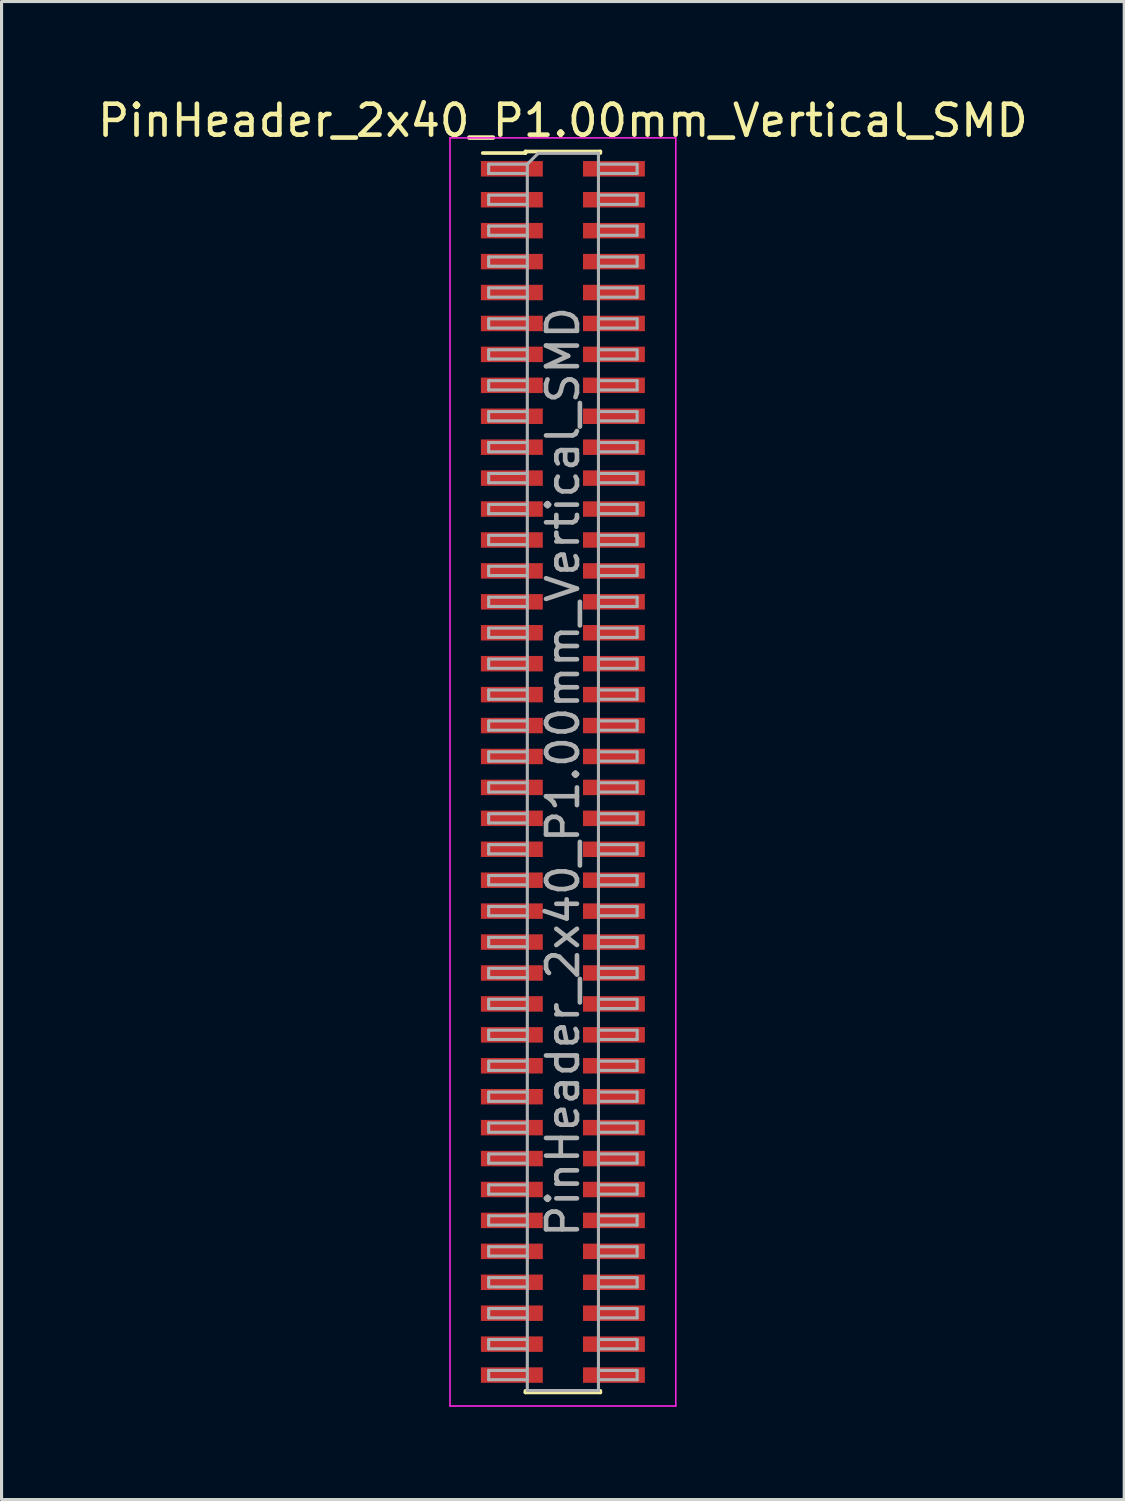
<source format=kicad_pcb>
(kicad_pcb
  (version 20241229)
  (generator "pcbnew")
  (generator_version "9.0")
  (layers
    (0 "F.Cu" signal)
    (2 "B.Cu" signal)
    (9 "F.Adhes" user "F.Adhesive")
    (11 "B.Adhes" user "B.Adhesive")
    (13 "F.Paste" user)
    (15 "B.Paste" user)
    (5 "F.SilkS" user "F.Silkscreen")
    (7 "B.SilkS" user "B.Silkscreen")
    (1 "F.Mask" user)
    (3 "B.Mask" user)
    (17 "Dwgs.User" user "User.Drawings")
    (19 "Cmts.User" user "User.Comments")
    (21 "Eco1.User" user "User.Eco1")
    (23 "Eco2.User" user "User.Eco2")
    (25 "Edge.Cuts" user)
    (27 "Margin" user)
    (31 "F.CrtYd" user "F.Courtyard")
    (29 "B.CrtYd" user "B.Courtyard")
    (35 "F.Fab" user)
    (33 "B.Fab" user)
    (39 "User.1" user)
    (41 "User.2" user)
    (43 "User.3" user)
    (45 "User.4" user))
  (footprint "PinHeader_2x40_P1.00mm_Vertical_SMD"
    (layer "F.Cu")
    (at 15.149 21.908)
    (property "Reference" "PinHeader_2x40_P1.00mm_Vertical_SMD" (at 0 -21.06 0) (layer "F.SilkS") (effects (font (size 1 1) (thickness 0.15))))
    (attr smd)
    (fp_line (start -2.59 -20.01) (end -1.21 -20.01) (stroke (width 0.12) (type solid)) (layer "F.SilkS"))
    (fp_line (start -1.21 -20.06) (end -1.21 -20.01) (stroke (width 0.12) (type solid)) (layer "F.SilkS"))
    (fp_line (start -1.21 -20.06) (end 1.21 -20.06) (stroke (width 0.12) (type solid)) (layer "F.SilkS"))
    (fp_line (start -1.21 20.01) (end -1.21 20.06) (stroke (width 0.12) (type solid)) (layer "F.SilkS"))
    (fp_line (start -1.21 20.06) (end 1.21 20.06) (stroke (width 0.12) (type solid)) (layer "F.SilkS"))
    (fp_line (start 1.21 -20.06) (end 1.21 -20.01) (stroke (width 0.12) (type solid)) (layer "F.SilkS"))
    (fp_line (start 1.21 20.01) (end 1.21 20.06) (stroke (width 0.12) (type solid)) (layer "F.SilkS"))
    (fp_line (start -3.65 -20.5) (end -3.65 20.5) (stroke (width 0.05) (type solid)) (layer "F.CrtYd"))
    (fp_line (start -3.65 20.5) (end 3.65 20.5) (stroke (width 0.05) (type solid)) (layer "F.CrtYd"))
    (fp_line (start 3.65 -20.5) (end -3.65 -20.5) (stroke (width 0.05) (type solid)) (layer "F.CrtYd"))
    (fp_line (start 3.65 20.5) (end 3.65 -20.5) (stroke (width 0.05) (type solid)) (layer "F.CrtYd"))
    (fp_line (start -2.4 -19.65) (end -2.4 -19.35) (stroke (width 0.1) (type solid)) (layer "F.Fab"))
    (fp_line (start -2.4 -19.35) (end -1.15 -19.35) (stroke (width 0.1) (type solid)) (layer "F.Fab"))
    (fp_line (start -2.4 -18.65) (end -2.4 -18.35) (stroke (width 0.1) (type solid)) (layer "F.Fab"))
    (fp_line (start -2.4 -18.35) (end -1.15 -18.35) (stroke (width 0.1) (type solid)) (layer "F.Fab"))
    (fp_line (start -2.4 -17.65) (end -2.4 -17.35) (stroke (width 0.1) (type solid)) (layer "F.Fab"))
    (fp_line (start -2.4 -17.35) (end -1.15 -17.35) (stroke (width 0.1) (type solid)) (layer "F.Fab"))
    (fp_line (start -2.4 -16.65) (end -2.4 -16.35) (stroke (width 0.1) (type solid)) (layer "F.Fab"))
    (fp_line (start -2.4 -16.35) (end -1.15 -16.35) (stroke (width 0.1) (type solid)) (layer "F.Fab"))
    (fp_line (start -2.4 -15.65) (end -2.4 -15.35) (stroke (width 0.1) (type solid)) (layer "F.Fab"))
    (fp_line (start -2.4 -15.35) (end -1.15 -15.35) (stroke (width 0.1) (type solid)) (layer "F.Fab"))
    (fp_line (start -2.4 -14.65) (end -2.4 -14.35) (stroke (width 0.1) (type solid)) (layer "F.Fab"))
    (fp_line (start -2.4 -14.35) (end -1.15 -14.35) (stroke (width 0.1) (type solid)) (layer "F.Fab"))
    (fp_line (start -2.4 -13.65) (end -2.4 -13.35) (stroke (width 0.1) (type solid)) (layer "F.Fab"))
    (fp_line (start -2.4 -13.35) (end -1.15 -13.35) (stroke (width 0.1) (type solid)) (layer "F.Fab"))
    (fp_line (start -2.4 -12.65) (end -2.4 -12.35) (stroke (width 0.1) (type solid)) (layer "F.Fab"))
    (fp_line (start -2.4 -12.35) (end -1.15 -12.35) (stroke (width 0.1) (type solid)) (layer "F.Fab"))
    (fp_line (start -2.4 -11.65) (end -2.4 -11.35) (stroke (width 0.1) (type solid)) (layer "F.Fab"))
    (fp_line (start -2.4 -11.35) (end -1.15 -11.35) (stroke (width 0.1) (type solid)) (layer "F.Fab"))
    (fp_line (start -2.4 -10.65) (end -2.4 -10.35) (stroke (width 0.1) (type solid)) (layer "F.Fab"))
    (fp_line (start -2.4 -10.35) (end -1.15 -10.35) (stroke (width 0.1) (type solid)) (layer "F.Fab"))
    (fp_line (start -2.4 -9.65) (end -2.4 -9.35) (stroke (width 0.1) (type solid)) (layer "F.Fab"))
    (fp_line (start -2.4 -9.35) (end -1.15 -9.35) (stroke (width 0.1) (type solid)) (layer "F.Fab"))
    (fp_line (start -2.4 -8.65) (end -2.4 -8.35) (stroke (width 0.1) (type solid)) (layer "F.Fab"))
    (fp_line (start -2.4 -8.35) (end -1.15 -8.35) (stroke (width 0.1) (type solid)) (layer "F.Fab"))
    (fp_line (start -2.4 -7.65) (end -2.4 -7.35) (stroke (width 0.1) (type solid)) (layer "F.Fab"))
    (fp_line (start -2.4 -7.35) (end -1.15 -7.35) (stroke (width 0.1) (type solid)) (layer "F.Fab"))
    (fp_line (start -2.4 -6.65) (end -2.4 -6.35) (stroke (width 0.1) (type solid)) (layer "F.Fab"))
    (fp_line (start -2.4 -6.35) (end -1.15 -6.35) (stroke (width 0.1) (type solid)) (layer "F.Fab"))
    (fp_line (start -2.4 -5.65) (end -2.4 -5.35) (stroke (width 0.1) (type solid)) (layer "F.Fab"))
    (fp_line (start -2.4 -5.35) (end -1.15 -5.35) (stroke (width 0.1) (type solid)) (layer "F.Fab"))
    (fp_line (start -2.4 -4.65) (end -2.4 -4.35) (stroke (width 0.1) (type solid)) (layer "F.Fab"))
    (fp_line (start -2.4 -4.35) (end -1.15 -4.35) (stroke (width 0.1) (type solid)) (layer "F.Fab"))
    (fp_line (start -2.4 -3.65) (end -2.4 -3.35) (stroke (width 0.1) (type solid)) (layer "F.Fab"))
    (fp_line (start -2.4 -3.35) (end -1.15 -3.35) (stroke (width 0.1) (type solid)) (layer "F.Fab"))
    (fp_line (start -2.4 -2.65) (end -2.4 -2.35) (stroke (width 0.1) (type solid)) (layer "F.Fab"))
    (fp_line (start -2.4 -2.35) (end -1.15 -2.35) (stroke (width 0.1) (type solid)) (layer "F.Fab"))
    (fp_line (start -2.4 -1.65) (end -2.4 -1.35) (stroke (width 0.1) (type solid)) (layer "F.Fab"))
    (fp_line (start -2.4 -1.35) (end -1.15 -1.35) (stroke (width 0.1) (type solid)) (layer "F.Fab"))
    (fp_line (start -2.4 -0.65) (end -2.4 -0.35) (stroke (width 0.1) (type solid)) (layer "F.Fab"))
    (fp_line (start -2.4 -0.35) (end -1.15 -0.35) (stroke (width 0.1) (type solid)) (layer "F.Fab"))
    (fp_line (start -2.4 0.35) (end -2.4 0.65) (stroke (width 0.1) (type solid)) (layer "F.Fab"))
    (fp_line (start -2.4 0.65) (end -1.15 0.65) (stroke (width 0.1) (type solid)) (layer "F.Fab"))
    (fp_line (start -2.4 1.35) (end -2.4 1.65) (stroke (width 0.1) (type solid)) (layer "F.Fab"))
    (fp_line (start -2.4 1.65) (end -1.15 1.65) (stroke (width 0.1) (type solid)) (layer "F.Fab"))
    (fp_line (start -2.4 2.35) (end -2.4 2.65) (stroke (width 0.1) (type solid)) (layer "F.Fab"))
    (fp_line (start -2.4 2.65) (end -1.15 2.65) (stroke (width 0.1) (type solid)) (layer "F.Fab"))
    (fp_line (start -2.4 3.35) (end -2.4 3.65) (stroke (width 0.1) (type solid)) (layer "F.Fab"))
    (fp_line (start -2.4 3.65) (end -1.15 3.65) (stroke (width 0.1) (type solid)) (layer "F.Fab"))
    (fp_line (start -2.4 4.35) (end -2.4 4.65) (stroke (width 0.1) (type solid)) (layer "F.Fab"))
    (fp_line (start -2.4 4.65) (end -1.15 4.65) (stroke (width 0.1) (type solid)) (layer "F.Fab"))
    (fp_line (start -2.4 5.35) (end -2.4 5.65) (stroke (width 0.1) (type solid)) (layer "F.Fab"))
    (fp_line (start -2.4 5.65) (end -1.15 5.65) (stroke (width 0.1) (type solid)) (layer "F.Fab"))
    (fp_line (start -2.4 6.35) (end -2.4 6.65) (stroke (width 0.1) (type solid)) (layer "F.Fab"))
    (fp_line (start -2.4 6.65) (end -1.15 6.65) (stroke (width 0.1) (type solid)) (layer "F.Fab"))
    (fp_line (start -2.4 7.35) (end -2.4 7.65) (stroke (width 0.1) (type solid)) (layer "F.Fab"))
    (fp_line (start -2.4 7.65) (end -1.15 7.65) (stroke (width 0.1) (type solid)) (layer "F.Fab"))
    (fp_line (start -2.4 8.35) (end -2.4 8.65) (stroke (width 0.1) (type solid)) (layer "F.Fab"))
    (fp_line (start -2.4 8.65) (end -1.15 8.65) (stroke (width 0.1) (type solid)) (layer "F.Fab"))
    (fp_line (start -2.4 9.35) (end -2.4 9.65) (stroke (width 0.1) (type solid)) (layer "F.Fab"))
    (fp_line (start -2.4 9.65) (end -1.15 9.65) (stroke (width 0.1) (type solid)) (layer "F.Fab"))
    (fp_line (start -2.4 10.35) (end -2.4 10.65) (stroke (width 0.1) (type solid)) (layer "F.Fab"))
    (fp_line (start -2.4 10.65) (end -1.15 10.65) (stroke (width 0.1) (type solid)) (layer "F.Fab"))
    (fp_line (start -2.4 11.35) (end -2.4 11.65) (stroke (width 0.1) (type solid)) (layer "F.Fab"))
    (fp_line (start -2.4 11.65) (end -1.15 11.65) (stroke (width 0.1) (type solid)) (layer "F.Fab"))
    (fp_line (start -2.4 12.35) (end -2.4 12.65) (stroke (width 0.1) (type solid)) (layer "F.Fab"))
    (fp_line (start -2.4 12.65) (end -1.15 12.65) (stroke (width 0.1) (type solid)) (layer "F.Fab"))
    (fp_line (start -2.4 13.35) (end -2.4 13.65) (stroke (width 0.1) (type solid)) (layer "F.Fab"))
    (fp_line (start -2.4 13.65) (end -1.15 13.65) (stroke (width 0.1) (type solid)) (layer "F.Fab"))
    (fp_line (start -2.4 14.35) (end -2.4 14.65) (stroke (width 0.1) (type solid)) (layer "F.Fab"))
    (fp_line (start -2.4 14.65) (end -1.15 14.65) (stroke (width 0.1) (type solid)) (layer "F.Fab"))
    (fp_line (start -2.4 15.35) (end -2.4 15.65) (stroke (width 0.1) (type solid)) (layer "F.Fab"))
    (fp_line (start -2.4 15.65) (end -1.15 15.65) (stroke (width 0.1) (type solid)) (layer "F.Fab"))
    (fp_line (start -2.4 16.35) (end -2.4 16.65) (stroke (width 0.1) (type solid)) (layer "F.Fab"))
    (fp_line (start -2.4 16.65) (end -1.15 16.65) (stroke (width 0.1) (type solid)) (layer "F.Fab"))
    (fp_line (start -2.4 17.35) (end -2.4 17.65) (stroke (width 0.1) (type solid)) (layer "F.Fab"))
    (fp_line (start -2.4 17.65) (end -1.15 17.65) (stroke (width 0.1) (type solid)) (layer "F.Fab"))
    (fp_line (start -2.4 18.35) (end -2.4 18.65) (stroke (width 0.1) (type solid)) (layer "F.Fab"))
    (fp_line (start -2.4 18.65) (end -1.15 18.65) (stroke (width 0.1) (type solid)) (layer "F.Fab"))
    (fp_line (start -2.4 19.35) (end -2.4 19.65) (stroke (width 0.1) (type solid)) (layer "F.Fab"))
    (fp_line (start -2.4 19.65) (end -1.15 19.65) (stroke (width 0.1) (type solid)) (layer "F.Fab"))
    (fp_line (start -1.15 -19.65) (end -2.4 -19.65) (stroke (width 0.1) (type solid)) (layer "F.Fab"))
    (fp_line (start -1.15 -19.65) (end -0.8 -20) (stroke (width 0.1) (type solid)) (layer "F.Fab"))
    (fp_line (start -1.15 -18.65) (end -2.4 -18.65) (stroke (width 0.1) (type solid)) (layer "F.Fab"))
    (fp_line (start -1.15 -17.65) (end -2.4 -17.65) (stroke (width 0.1) (type solid)) (layer "F.Fab"))
    (fp_line (start -1.15 -16.65) (end -2.4 -16.65) (stroke (width 0.1) (type solid)) (layer "F.Fab"))
    (fp_line (start -1.15 -15.65) (end -2.4 -15.65) (stroke (width 0.1) (type solid)) (layer "F.Fab"))
    (fp_line (start -1.15 -14.65) (end -2.4 -14.65) (stroke (width 0.1) (type solid)) (layer "F.Fab"))
    (fp_line (start -1.15 -13.65) (end -2.4 -13.65) (stroke (width 0.1) (type solid)) (layer "F.Fab"))
    (fp_line (start -1.15 -12.65) (end -2.4 -12.65) (stroke (width 0.1) (type solid)) (layer "F.Fab"))
    (fp_line (start -1.15 -11.65) (end -2.4 -11.65) (stroke (width 0.1) (type solid)) (layer "F.Fab"))
    (fp_line (start -1.15 -10.65) (end -2.4 -10.65) (stroke (width 0.1) (type solid)) (layer "F.Fab"))
    (fp_line (start -1.15 -9.65) (end -2.4 -9.65) (stroke (width 0.1) (type solid)) (layer "F.Fab"))
    (fp_line (start -1.15 -8.65) (end -2.4 -8.65) (stroke (width 0.1) (type solid)) (layer "F.Fab"))
    (fp_line (start -1.15 -7.65) (end -2.4 -7.65) (stroke (width 0.1) (type solid)) (layer "F.Fab"))
    (fp_line (start -1.15 -6.65) (end -2.4 -6.65) (stroke (width 0.1) (type solid)) (layer "F.Fab"))
    (fp_line (start -1.15 -5.65) (end -2.4 -5.65) (stroke (width 0.1) (type solid)) (layer "F.Fab"))
    (fp_line (start -1.15 -4.65) (end -2.4 -4.65) (stroke (width 0.1) (type solid)) (layer "F.Fab"))
    (fp_line (start -1.15 -3.65) (end -2.4 -3.65) (stroke (width 0.1) (type solid)) (layer "F.Fab"))
    (fp_line (start -1.15 -2.65) (end -2.4 -2.65) (stroke (width 0.1) (type solid)) (layer "F.Fab"))
    (fp_line (start -1.15 -1.65) (end -2.4 -1.65) (stroke (width 0.1) (type solid)) (layer "F.Fab"))
    (fp_line (start -1.15 -0.65) (end -2.4 -0.65) (stroke (width 0.1) (type solid)) (layer "F.Fab"))
    (fp_line (start -1.15 0.35) (end -2.4 0.35) (stroke (width 0.1) (type solid)) (layer "F.Fab"))
    (fp_line (start -1.15 1.35) (end -2.4 1.35) (stroke (width 0.1) (type solid)) (layer "F.Fab"))
    (fp_line (start -1.15 2.35) (end -2.4 2.35) (stroke (width 0.1) (type solid)) (layer "F.Fab"))
    (fp_line (start -1.15 3.35) (end -2.4 3.35) (stroke (width 0.1) (type solid)) (layer "F.Fab"))
    (fp_line (start -1.15 4.35) (end -2.4 4.35) (stroke (width 0.1) (type solid)) (layer "F.Fab"))
    (fp_line (start -1.15 5.35) (end -2.4 5.35) (stroke (width 0.1) (type solid)) (layer "F.Fab"))
    (fp_line (start -1.15 6.35) (end -2.4 6.35) (stroke (width 0.1) (type solid)) (layer "F.Fab"))
    (fp_line (start -1.15 7.35) (end -2.4 7.35) (stroke (width 0.1) (type solid)) (layer "F.Fab"))
    (fp_line (start -1.15 8.35) (end -2.4 8.35) (stroke (width 0.1) (type solid)) (layer "F.Fab"))
    (fp_line (start -1.15 9.35) (end -2.4 9.35) (stroke (width 0.1) (type solid)) (layer "F.Fab"))
    (fp_line (start -1.15 10.35) (end -2.4 10.35) (stroke (width 0.1) (type solid)) (layer "F.Fab"))
    (fp_line (start -1.15 11.35) (end -2.4 11.35) (stroke (width 0.1) (type solid)) (layer "F.Fab"))
    (fp_line (start -1.15 12.35) (end -2.4 12.35) (stroke (width 0.1) (type solid)) (layer "F.Fab"))
    (fp_line (start -1.15 13.35) (end -2.4 13.35) (stroke (width 0.1) (type solid)) (layer "F.Fab"))
    (fp_line (start -1.15 14.35) (end -2.4 14.35) (stroke (width 0.1) (type solid)) (layer "F.Fab"))
    (fp_line (start -1.15 15.35) (end -2.4 15.35) (stroke (width 0.1) (type solid)) (layer "F.Fab"))
    (fp_line (start -1.15 16.35) (end -2.4 16.35) (stroke (width 0.1) (type solid)) (layer "F.Fab"))
    (fp_line (start -1.15 17.35) (end -2.4 17.35) (stroke (width 0.1) (type solid)) (layer "F.Fab"))
    (fp_line (start -1.15 18.35) (end -2.4 18.35) (stroke (width 0.1) (type solid)) (layer "F.Fab"))
    (fp_line (start -1.15 19.35) (end -2.4 19.35) (stroke (width 0.1) (type solid)) (layer "F.Fab"))
    (fp_line (start -1.15 20) (end -1.15 -19.65) (stroke (width 0.1) (type solid)) (layer "F.Fab"))
    (fp_line (start -0.8 -20) (end 1.15 -20) (stroke (width 0.1) (type solid)) (layer "F.Fab"))
    (fp_line (start 1.15 -20) (end 1.15 20) (stroke (width 0.1) (type solid)) (layer "F.Fab"))
    (fp_line (start 1.15 -19.65) (end 2.4 -19.65) (stroke (width 0.1) (type solid)) (layer "F.Fab"))
    (fp_line (start 1.15 -18.65) (end 2.4 -18.65) (stroke (width 0.1) (type solid)) (layer "F.Fab"))
    (fp_line (start 1.15 -17.65) (end 2.4 -17.65) (stroke (width 0.1) (type solid)) (layer "F.Fab"))
    (fp_line (start 1.15 -16.65) (end 2.4 -16.65) (stroke (width 0.1) (type solid)) (layer "F.Fab"))
    (fp_line (start 1.15 -15.65) (end 2.4 -15.65) (stroke (width 0.1) (type solid)) (layer "F.Fab"))
    (fp_line (start 1.15 -14.65) (end 2.4 -14.65) (stroke (width 0.1) (type solid)) (layer "F.Fab"))
    (fp_line (start 1.15 -13.65) (end 2.4 -13.65) (stroke (width 0.1) (type solid)) (layer "F.Fab"))
    (fp_line (start 1.15 -12.65) (end 2.4 -12.65) (stroke (width 0.1) (type solid)) (layer "F.Fab"))
    (fp_line (start 1.15 -11.65) (end 2.4 -11.65) (stroke (width 0.1) (type solid)) (layer "F.Fab"))
    (fp_line (start 1.15 -10.65) (end 2.4 -10.65) (stroke (width 0.1) (type solid)) (layer "F.Fab"))
    (fp_line (start 1.15 -9.65) (end 2.4 -9.65) (stroke (width 0.1) (type solid)) (layer "F.Fab"))
    (fp_line (start 1.15 -8.65) (end 2.4 -8.65) (stroke (width 0.1) (type solid)) (layer "F.Fab"))
    (fp_line (start 1.15 -7.65) (end 2.4 -7.65) (stroke (width 0.1) (type solid)) (layer "F.Fab"))
    (fp_line (start 1.15 -6.65) (end 2.4 -6.65) (stroke (width 0.1) (type solid)) (layer "F.Fab"))
    (fp_line (start 1.15 -5.65) (end 2.4 -5.65) (stroke (width 0.1) (type solid)) (layer "F.Fab"))
    (fp_line (start 1.15 -4.65) (end 2.4 -4.65) (stroke (width 0.1) (type solid)) (layer "F.Fab"))
    (fp_line (start 1.15 -3.65) (end 2.4 -3.65) (stroke (width 0.1) (type solid)) (layer "F.Fab"))
    (fp_line (start 1.15 -2.65) (end 2.4 -2.65) (stroke (width 0.1) (type solid)) (layer "F.Fab"))
    (fp_line (start 1.15 -1.65) (end 2.4 -1.65) (stroke (width 0.1) (type solid)) (layer "F.Fab"))
    (fp_line (start 1.15 -0.65) (end 2.4 -0.65) (stroke (width 0.1) (type solid)) (layer "F.Fab"))
    (fp_line (start 1.15 0.35) (end 2.4 0.35) (stroke (width 0.1) (type solid)) (layer "F.Fab"))
    (fp_line (start 1.15 1.35) (end 2.4 1.35) (stroke (width 0.1) (type solid)) (layer "F.Fab"))
    (fp_line (start 1.15 2.35) (end 2.4 2.35) (stroke (width 0.1) (type solid)) (layer "F.Fab"))
    (fp_line (start 1.15 3.35) (end 2.4 3.35) (stroke (width 0.1) (type solid)) (layer "F.Fab"))
    (fp_line (start 1.15 4.35) (end 2.4 4.35) (stroke (width 0.1) (type solid)) (layer "F.Fab"))
    (fp_line (start 1.15 5.35) (end 2.4 5.35) (stroke (width 0.1) (type solid)) (layer "F.Fab"))
    (fp_line (start 1.15 6.35) (end 2.4 6.35) (stroke (width 0.1) (type solid)) (layer "F.Fab"))
    (fp_line (start 1.15 7.35) (end 2.4 7.35) (stroke (width 0.1) (type solid)) (layer "F.Fab"))
    (fp_line (start 1.15 8.35) (end 2.4 8.35) (stroke (width 0.1) (type solid)) (layer "F.Fab"))
    (fp_line (start 1.15 9.35) (end 2.4 9.35) (stroke (width 0.1) (type solid)) (layer "F.Fab"))
    (fp_line (start 1.15 10.35) (end 2.4 10.35) (stroke (width 0.1) (type solid)) (layer "F.Fab"))
    (fp_line (start 1.15 11.35) (end 2.4 11.35) (stroke (width 0.1) (type solid)) (layer "F.Fab"))
    (fp_line (start 1.15 12.35) (end 2.4 12.35) (stroke (width 0.1) (type solid)) (layer "F.Fab"))
    (fp_line (start 1.15 13.35) (end 2.4 13.35) (stroke (width 0.1) (type solid)) (layer "F.Fab"))
    (fp_line (start 1.15 14.35) (end 2.4 14.35) (stroke (width 0.1) (type solid)) (layer "F.Fab"))
    (fp_line (start 1.15 15.35) (end 2.4 15.35) (stroke (width 0.1) (type solid)) (layer "F.Fab"))
    (fp_line (start 1.15 16.35) (end 2.4 16.35) (stroke (width 0.1) (type solid)) (layer "F.Fab"))
    (fp_line (start 1.15 17.35) (end 2.4 17.35) (stroke (width 0.1) (type solid)) (layer "F.Fab"))
    (fp_line (start 1.15 18.35) (end 2.4 18.35) (stroke (width 0.1) (type solid)) (layer "F.Fab"))
    (fp_line (start 1.15 19.35) (end 2.4 19.35) (stroke (width 0.1) (type solid)) (layer "F.Fab"))
    (fp_line (start 1.15 20) (end -1.15 20) (stroke (width 0.1) (type solid)) (layer "F.Fab"))
    (fp_line (start 2.4 -19.65) (end 2.4 -19.35) (stroke (width 0.1) (type solid)) (layer "F.Fab"))
    (fp_line (start 2.4 -19.35) (end 1.15 -19.35) (stroke (width 0.1) (type solid)) (layer "F.Fab"))
    (fp_line (start 2.4 -18.65) (end 2.4 -18.35) (stroke (width 0.1) (type solid)) (layer "F.Fab"))
    (fp_line (start 2.4 -18.35) (end 1.15 -18.35) (stroke (width 0.1) (type solid)) (layer "F.Fab"))
    (fp_line (start 2.4 -17.65) (end 2.4 -17.35) (stroke (width 0.1) (type solid)) (layer "F.Fab"))
    (fp_line (start 2.4 -17.35) (end 1.15 -17.35) (stroke (width 0.1) (type solid)) (layer "F.Fab"))
    (fp_line (start 2.4 -16.65) (end 2.4 -16.35) (stroke (width 0.1) (type solid)) (layer "F.Fab"))
    (fp_line (start 2.4 -16.35) (end 1.15 -16.35) (stroke (width 0.1) (type solid)) (layer "F.Fab"))
    (fp_line (start 2.4 -15.65) (end 2.4 -15.35) (stroke (width 0.1) (type solid)) (layer "F.Fab"))
    (fp_line (start 2.4 -15.35) (end 1.15 -15.35) (stroke (width 0.1) (type solid)) (layer "F.Fab"))
    (fp_line (start 2.4 -14.65) (end 2.4 -14.35) (stroke (width 0.1) (type solid)) (layer "F.Fab"))
    (fp_line (start 2.4 -14.35) (end 1.15 -14.35) (stroke (width 0.1) (type solid)) (layer "F.Fab"))
    (fp_line (start 2.4 -13.65) (end 2.4 -13.35) (stroke (width 0.1) (type solid)) (layer "F.Fab"))
    (fp_line (start 2.4 -13.35) (end 1.15 -13.35) (stroke (width 0.1) (type solid)) (layer "F.Fab"))
    (fp_line (start 2.4 -12.65) (end 2.4 -12.35) (stroke (width 0.1) (type solid)) (layer "F.Fab"))
    (fp_line (start 2.4 -12.35) (end 1.15 -12.35) (stroke (width 0.1) (type solid)) (layer "F.Fab"))
    (fp_line (start 2.4 -11.65) (end 2.4 -11.35) (stroke (width 0.1) (type solid)) (layer "F.Fab"))
    (fp_line (start 2.4 -11.35) (end 1.15 -11.35) (stroke (width 0.1) (type solid)) (layer "F.Fab"))
    (fp_line (start 2.4 -10.65) (end 2.4 -10.35) (stroke (width 0.1) (type solid)) (layer "F.Fab"))
    (fp_line (start 2.4 -10.35) (end 1.15 -10.35) (stroke (width 0.1) (type solid)) (layer "F.Fab"))
    (fp_line (start 2.4 -9.65) (end 2.4 -9.35) (stroke (width 0.1) (type solid)) (layer "F.Fab"))
    (fp_line (start 2.4 -9.35) (end 1.15 -9.35) (stroke (width 0.1) (type solid)) (layer "F.Fab"))
    (fp_line (start 2.4 -8.65) (end 2.4 -8.35) (stroke (width 0.1) (type solid)) (layer "F.Fab"))
    (fp_line (start 2.4 -8.35) (end 1.15 -8.35) (stroke (width 0.1) (type solid)) (layer "F.Fab"))
    (fp_line (start 2.4 -7.65) (end 2.4 -7.35) (stroke (width 0.1) (type solid)) (layer "F.Fab"))
    (fp_line (start 2.4 -7.35) (end 1.15 -7.35) (stroke (width 0.1) (type solid)) (layer "F.Fab"))
    (fp_line (start 2.4 -6.65) (end 2.4 -6.35) (stroke (width 0.1) (type solid)) (layer "F.Fab"))
    (fp_line (start 2.4 -6.35) (end 1.15 -6.35) (stroke (width 0.1) (type solid)) (layer "F.Fab"))
    (fp_line (start 2.4 -5.65) (end 2.4 -5.35) (stroke (width 0.1) (type solid)) (layer "F.Fab"))
    (fp_line (start 2.4 -5.35) (end 1.15 -5.35) (stroke (width 0.1) (type solid)) (layer "F.Fab"))
    (fp_line (start 2.4 -4.65) (end 2.4 -4.35) (stroke (width 0.1) (type solid)) (layer "F.Fab"))
    (fp_line (start 2.4 -4.35) (end 1.15 -4.35) (stroke (width 0.1) (type solid)) (layer "F.Fab"))
    (fp_line (start 2.4 -3.65) (end 2.4 -3.35) (stroke (width 0.1) (type solid)) (layer "F.Fab"))
    (fp_line (start 2.4 -3.35) (end 1.15 -3.35) (stroke (width 0.1) (type solid)) (layer "F.Fab"))
    (fp_line (start 2.4 -2.65) (end 2.4 -2.35) (stroke (width 0.1) (type solid)) (layer "F.Fab"))
    (fp_line (start 2.4 -2.35) (end 1.15 -2.35) (stroke (width 0.1) (type solid)) (layer "F.Fab"))
    (fp_line (start 2.4 -1.65) (end 2.4 -1.35) (stroke (width 0.1) (type solid)) (layer "F.Fab"))
    (fp_line (start 2.4 -1.35) (end 1.15 -1.35) (stroke (width 0.1) (type solid)) (layer "F.Fab"))
    (fp_line (start 2.4 -0.65) (end 2.4 -0.35) (stroke (width 0.1) (type solid)) (layer "F.Fab"))
    (fp_line (start 2.4 -0.35) (end 1.15 -0.35) (stroke (width 0.1) (type solid)) (layer "F.Fab"))
    (fp_line (start 2.4 0.35) (end 2.4 0.65) (stroke (width 0.1) (type solid)) (layer "F.Fab"))
    (fp_line (start 2.4 0.65) (end 1.15 0.65) (stroke (width 0.1) (type solid)) (layer "F.Fab"))
    (fp_line (start 2.4 1.35) (end 2.4 1.65) (stroke (width 0.1) (type solid)) (layer "F.Fab"))
    (fp_line (start 2.4 1.65) (end 1.15 1.65) (stroke (width 0.1) (type solid)) (layer "F.Fab"))
    (fp_line (start 2.4 2.35) (end 2.4 2.65) (stroke (width 0.1) (type solid)) (layer "F.Fab"))
    (fp_line (start 2.4 2.65) (end 1.15 2.65) (stroke (width 0.1) (type solid)) (layer "F.Fab"))
    (fp_line (start 2.4 3.35) (end 2.4 3.65) (stroke (width 0.1) (type solid)) (layer "F.Fab"))
    (fp_line (start 2.4 3.65) (end 1.15 3.65) (stroke (width 0.1) (type solid)) (layer "F.Fab"))
    (fp_line (start 2.4 4.35) (end 2.4 4.65) (stroke (width 0.1) (type solid)) (layer "F.Fab"))
    (fp_line (start 2.4 4.65) (end 1.15 4.65) (stroke (width 0.1) (type solid)) (layer "F.Fab"))
    (fp_line (start 2.4 5.35) (end 2.4 5.65) (stroke (width 0.1) (type solid)) (layer "F.Fab"))
    (fp_line (start 2.4 5.65) (end 1.15 5.65) (stroke (width 0.1) (type solid)) (layer "F.Fab"))
    (fp_line (start 2.4 6.35) (end 2.4 6.65) (stroke (width 0.1) (type solid)) (layer "F.Fab"))
    (fp_line (start 2.4 6.65) (end 1.15 6.65) (stroke (width 0.1) (type solid)) (layer "F.Fab"))
    (fp_line (start 2.4 7.35) (end 2.4 7.65) (stroke (width 0.1) (type solid)) (layer "F.Fab"))
    (fp_line (start 2.4 7.65) (end 1.15 7.65) (stroke (width 0.1) (type solid)) (layer "F.Fab"))
    (fp_line (start 2.4 8.35) (end 2.4 8.65) (stroke (width 0.1) (type solid)) (layer "F.Fab"))
    (fp_line (start 2.4 8.65) (end 1.15 8.65) (stroke (width 0.1) (type solid)) (layer "F.Fab"))
    (fp_line (start 2.4 9.35) (end 2.4 9.65) (stroke (width 0.1) (type solid)) (layer "F.Fab"))
    (fp_line (start 2.4 9.65) (end 1.15 9.65) (stroke (width 0.1) (type solid)) (layer "F.Fab"))
    (fp_line (start 2.4 10.35) (end 2.4 10.65) (stroke (width 0.1) (type solid)) (layer "F.Fab"))
    (fp_line (start 2.4 10.65) (end 1.15 10.65) (stroke (width 0.1) (type solid)) (layer "F.Fab"))
    (fp_line (start 2.4 11.35) (end 2.4 11.65) (stroke (width 0.1) (type solid)) (layer "F.Fab"))
    (fp_line (start 2.4 11.65) (end 1.15 11.65) (stroke (width 0.1) (type solid)) (layer "F.Fab"))
    (fp_line (start 2.4 12.35) (end 2.4 12.65) (stroke (width 0.1) (type solid)) (layer "F.Fab"))
    (fp_line (start 2.4 12.65) (end 1.15 12.65) (stroke (width 0.1) (type solid)) (layer "F.Fab"))
    (fp_line (start 2.4 13.35) (end 2.4 13.65) (stroke (width 0.1) (type solid)) (layer "F.Fab"))
    (fp_line (start 2.4 13.65) (end 1.15 13.65) (stroke (width 0.1) (type solid)) (layer "F.Fab"))
    (fp_line (start 2.4 14.35) (end 2.4 14.65) (stroke (width 0.1) (type solid)) (layer "F.Fab"))
    (fp_line (start 2.4 14.65) (end 1.15 14.65) (stroke (width 0.1) (type solid)) (layer "F.Fab"))
    (fp_line (start 2.4 15.35) (end 2.4 15.65) (stroke (width 0.1) (type solid)) (layer "F.Fab"))
    (fp_line (start 2.4 15.65) (end 1.15 15.65) (stroke (width 0.1) (type solid)) (layer "F.Fab"))
    (fp_line (start 2.4 16.35) (end 2.4 16.65) (stroke (width 0.1) (type solid)) (layer "F.Fab"))
    (fp_line (start 2.4 16.65) (end 1.15 16.65) (stroke (width 0.1) (type solid)) (layer "F.Fab"))
    (fp_line (start 2.4 17.35) (end 2.4 17.65) (stroke (width 0.1) (type solid)) (layer "F.Fab"))
    (fp_line (start 2.4 17.65) (end 1.15 17.65) (stroke (width 0.1) (type solid)) (layer "F.Fab"))
    (fp_line (start 2.4 18.35) (end 2.4 18.65) (stroke (width 0.1) (type solid)) (layer "F.Fab"))
    (fp_line (start 2.4 18.65) (end 1.15 18.65) (stroke (width 0.1) (type solid)) (layer "F.Fab"))
    (fp_line (start 2.4 19.35) (end 2.4 19.65) (stroke (width 0.1) (type solid)) (layer "F.Fab"))
    (fp_line (start 2.4 19.65) (end 1.15 19.65) (stroke (width 0.1) (type solid)) (layer "F.Fab"))
    (fp_text user "${REFERENCE}" (at 0 0 90) (layer "F.Fab") (effects (font (size 1 1) (thickness 0.15))))
    (pad "1" smd rect (at -1.65 -19.5) (size 2 0.5) (layers "F.Cu" "F.Mask" "F.Paste"))
    (pad "2" smd rect (at 1.65 -19.5) (size 2 0.5) (layers "F.Cu" "F.Mask" "F.Paste"))
    (pad "3" smd rect (at -1.65 -18.5) (size 2 0.5) (layers "F.Cu" "F.Mask" "F.Paste"))
    (pad "4" smd rect (at 1.65 -18.5) (size 2 0.5) (layers "F.Cu" "F.Mask" "F.Paste"))
    (pad "5" smd rect (at -1.65 -17.5) (size 2 0.5) (layers "F.Cu" "F.Mask" "F.Paste"))
    (pad "6" smd rect (at 1.65 -17.5) (size 2 0.5) (layers "F.Cu" "F.Mask" "F.Paste"))
    (pad "7" smd rect (at -1.65 -16.5) (size 2 0.5) (layers "F.Cu" "F.Mask" "F.Paste"))
    (pad "8" smd rect (at 1.65 -16.5) (size 2 0.5) (layers "F.Cu" "F.Mask" "F.Paste"))
    (pad "9" smd rect (at -1.65 -15.5) (size 2 0.5) (layers "F.Cu" "F.Mask" "F.Paste"))
    (pad "10" smd rect (at 1.65 -15.5) (size 2 0.5) (layers "F.Cu" "F.Mask" "F.Paste"))
    (pad "11" smd rect (at -1.65 -14.5) (size 2 0.5) (layers "F.Cu" "F.Mask" "F.Paste"))
    (pad "12" smd rect (at 1.65 -14.5) (size 2 0.5) (layers "F.Cu" "F.Mask" "F.Paste"))
    (pad "13" smd rect (at -1.65 -13.5) (size 2 0.5) (layers "F.Cu" "F.Mask" "F.Paste"))
    (pad "14" smd rect (at 1.65 -13.5) (size 2 0.5) (layers "F.Cu" "F.Mask" "F.Paste"))
    (pad "15" smd rect (at -1.65 -12.5) (size 2 0.5) (layers "F.Cu" "F.Mask" "F.Paste"))
    (pad "16" smd rect (at 1.65 -12.5) (size 2 0.5) (layers "F.Cu" "F.Mask" "F.Paste"))
    (pad "17" smd rect (at -1.65 -11.5) (size 2 0.5) (layers "F.Cu" "F.Mask" "F.Paste"))
    (pad "18" smd rect (at 1.65 -11.5) (size 2 0.5) (layers "F.Cu" "F.Mask" "F.Paste"))
    (pad "19" smd rect (at -1.65 -10.5) (size 2 0.5) (layers "F.Cu" "F.Mask" "F.Paste"))
    (pad "20" smd rect (at 1.65 -10.5) (size 2 0.5) (layers "F.Cu" "F.Mask" "F.Paste"))
    (pad "21" smd rect (at -1.65 -9.5) (size 2 0.5) (layers "F.Cu" "F.Mask" "F.Paste"))
    (pad "22" smd rect (at 1.65 -9.5) (size 2 0.5) (layers "F.Cu" "F.Mask" "F.Paste"))
    (pad "23" smd rect (at -1.65 -8.5) (size 2 0.5) (layers "F.Cu" "F.Mask" "F.Paste"))
    (pad "24" smd rect (at 1.65 -8.5) (size 2 0.5) (layers "F.Cu" "F.Mask" "F.Paste"))
    (pad "25" smd rect (at -1.65 -7.5) (size 2 0.5) (layers "F.Cu" "F.Mask" "F.Paste"))
    (pad "26" smd rect (at 1.65 -7.5) (size 2 0.5) (layers "F.Cu" "F.Mask" "F.Paste"))
    (pad "27" smd rect (at -1.65 -6.5) (size 2 0.5) (layers "F.Cu" "F.Mask" "F.Paste"))
    (pad "28" smd rect (at 1.65 -6.5) (size 2 0.5) (layers "F.Cu" "F.Mask" "F.Paste"))
    (pad "29" smd rect (at -1.65 -5.5) (size 2 0.5) (layers "F.Cu" "F.Mask" "F.Paste"))
    (pad "30" smd rect (at 1.65 -5.5) (size 2 0.5) (layers "F.Cu" "F.Mask" "F.Paste"))
    (pad "31" smd rect (at -1.65 -4.5) (size 2 0.5) (layers "F.Cu" "F.Mask" "F.Paste"))
    (pad "32" smd rect (at 1.65 -4.5) (size 2 0.5) (layers "F.Cu" "F.Mask" "F.Paste"))
    (pad "33" smd rect (at -1.65 -3.5) (size 2 0.5) (layers "F.Cu" "F.Mask" "F.Paste"))
    (pad "34" smd rect (at 1.65 -3.5) (size 2 0.5) (layers "F.Cu" "F.Mask" "F.Paste"))
    (pad "35" smd rect (at -1.65 -2.5) (size 2 0.5) (layers "F.Cu" "F.Mask" "F.Paste"))
    (pad "36" smd rect (at 1.65 -2.5) (size 2 0.5) (layers "F.Cu" "F.Mask" "F.Paste"))
    (pad "37" smd rect (at -1.65 -1.5) (size 2 0.5) (layers "F.Cu" "F.Mask" "F.Paste"))
    (pad "38" smd rect (at 1.65 -1.5) (size 2 0.5) (layers "F.Cu" "F.Mask" "F.Paste"))
    (pad "39" smd rect (at -1.65 -0.5) (size 2 0.5) (layers "F.Cu" "F.Mask" "F.Paste"))
    (pad "40" smd rect (at 1.65 -0.5) (size 2 0.5) (layers "F.Cu" "F.Mask" "F.Paste"))
    (pad "41" smd rect (at -1.65 0.5) (size 2 0.5) (layers "F.Cu" "F.Mask" "F.Paste"))
    (pad "42" smd rect (at 1.65 0.5) (size 2 0.5) (layers "F.Cu" "F.Mask" "F.Paste"))
    (pad "43" smd rect (at -1.65 1.5) (size 2 0.5) (layers "F.Cu" "F.Mask" "F.Paste"))
    (pad "44" smd rect (at 1.65 1.5) (size 2 0.5) (layers "F.Cu" "F.Mask" "F.Paste"))
    (pad "45" smd rect (at -1.65 2.5) (size 2 0.5) (layers "F.Cu" "F.Mask" "F.Paste"))
    (pad "46" smd rect (at 1.65 2.5) (size 2 0.5) (layers "F.Cu" "F.Mask" "F.Paste"))
    (pad "47" smd rect (at -1.65 3.5) (size 2 0.5) (layers "F.Cu" "F.Mask" "F.Paste"))
    (pad "48" smd rect (at 1.65 3.5) (size 2 0.5) (layers "F.Cu" "F.Mask" "F.Paste"))
    (pad "49" smd rect (at -1.65 4.5) (size 2 0.5) (layers "F.Cu" "F.Mask" "F.Paste"))
    (pad "50" smd rect (at 1.65 4.5) (size 2 0.5) (layers "F.Cu" "F.Mask" "F.Paste"))
    (pad "51" smd rect (at -1.65 5.5) (size 2 0.5) (layers "F.Cu" "F.Mask" "F.Paste"))
    (pad "52" smd rect (at 1.65 5.5) (size 2 0.5) (layers "F.Cu" "F.Mask" "F.Paste"))
    (pad "53" smd rect (at -1.65 6.5) (size 2 0.5) (layers "F.Cu" "F.Mask" "F.Paste"))
    (pad "54" smd rect (at 1.65 6.5) (size 2 0.5) (layers "F.Cu" "F.Mask" "F.Paste"))
    (pad "55" smd rect (at -1.65 7.5) (size 2 0.5) (layers "F.Cu" "F.Mask" "F.Paste"))
    (pad "56" smd rect (at 1.65 7.5) (size 2 0.5) (layers "F.Cu" "F.Mask" "F.Paste"))
    (pad "57" smd rect (at -1.65 8.5) (size 2 0.5) (layers "F.Cu" "F.Mask" "F.Paste"))
    (pad "58" smd rect (at 1.65 8.5) (size 2 0.5) (layers "F.Cu" "F.Mask" "F.Paste"))
    (pad "59" smd rect (at -1.65 9.5) (size 2 0.5) (layers "F.Cu" "F.Mask" "F.Paste"))
    (pad "60" smd rect (at 1.65 9.5) (size 2 0.5) (layers "F.Cu" "F.Mask" "F.Paste"))
    (pad "61" smd rect (at -1.65 10.5) (size 2 0.5) (layers "F.Cu" "F.Mask" "F.Paste"))
    (pad "62" smd rect (at 1.65 10.5) (size 2 0.5) (layers "F.Cu" "F.Mask" "F.Paste"))
    (pad "63" smd rect (at -1.65 11.5) (size 2 0.5) (layers "F.Cu" "F.Mask" "F.Paste"))
    (pad "64" smd rect (at 1.65 11.5) (size 2 0.5) (layers "F.Cu" "F.Mask" "F.Paste"))
    (pad "65" smd rect (at -1.65 12.5) (size 2 0.5) (layers "F.Cu" "F.Mask" "F.Paste"))
    (pad "66" smd rect (at 1.65 12.5) (size 2 0.5) (layers "F.Cu" "F.Mask" "F.Paste"))
    (pad "67" smd rect (at -1.65 13.5) (size 2 0.5) (layers "F.Cu" "F.Mask" "F.Paste"))
    (pad "68" smd rect (at 1.65 13.5) (size 2 0.5) (layers "F.Cu" "F.Mask" "F.Paste"))
    (pad "69" smd rect (at -1.65 14.5) (size 2 0.5) (layers "F.Cu" "F.Mask" "F.Paste"))
    (pad "70" smd rect (at 1.65 14.5) (size 2 0.5) (layers "F.Cu" "F.Mask" "F.Paste"))
    (pad "71" smd rect (at -1.65 15.5) (size 2 0.5) (layers "F.Cu" "F.Mask" "F.Paste"))
    (pad "72" smd rect (at 1.65 15.5) (size 2 0.5) (layers "F.Cu" "F.Mask" "F.Paste"))
    (pad "73" smd rect (at -1.65 16.5) (size 2 0.5) (layers "F.Cu" "F.Mask" "F.Paste"))
    (pad "74" smd rect (at 1.65 16.5) (size 2 0.5) (layers "F.Cu" "F.Mask" "F.Paste"))
    (pad "75" smd rect (at -1.65 17.5) (size 2 0.5) (layers "F.Cu" "F.Mask" "F.Paste"))
    (pad "76" smd rect (at 1.65 17.5) (size 2 0.5) (layers "F.Cu" "F.Mask" "F.Paste"))
    (pad "77" smd rect (at -1.65 18.5) (size 2 0.5) (layers "F.Cu" "F.Mask" "F.Paste"))
    (pad "78" smd rect (at 1.65 18.5) (size 2 0.5) (layers "F.Cu" "F.Mask" "F.Paste"))
    (pad "79" smd rect (at -1.65 19.5) (size 2 0.5) (layers "F.Cu" "F.Mask" "F.Paste"))
    (pad "80" smd rect (at 1.65 19.5) (size 2 0.5) (layers "F.Cu" "F.Mask" "F.Paste")))
  (gr_rect
    (start -3 -3)
    (end 33.298 45.433)
    (stroke (width 0.1) (type default))
    (fill no)
    (layer "Edge.Cuts")))
</source>
